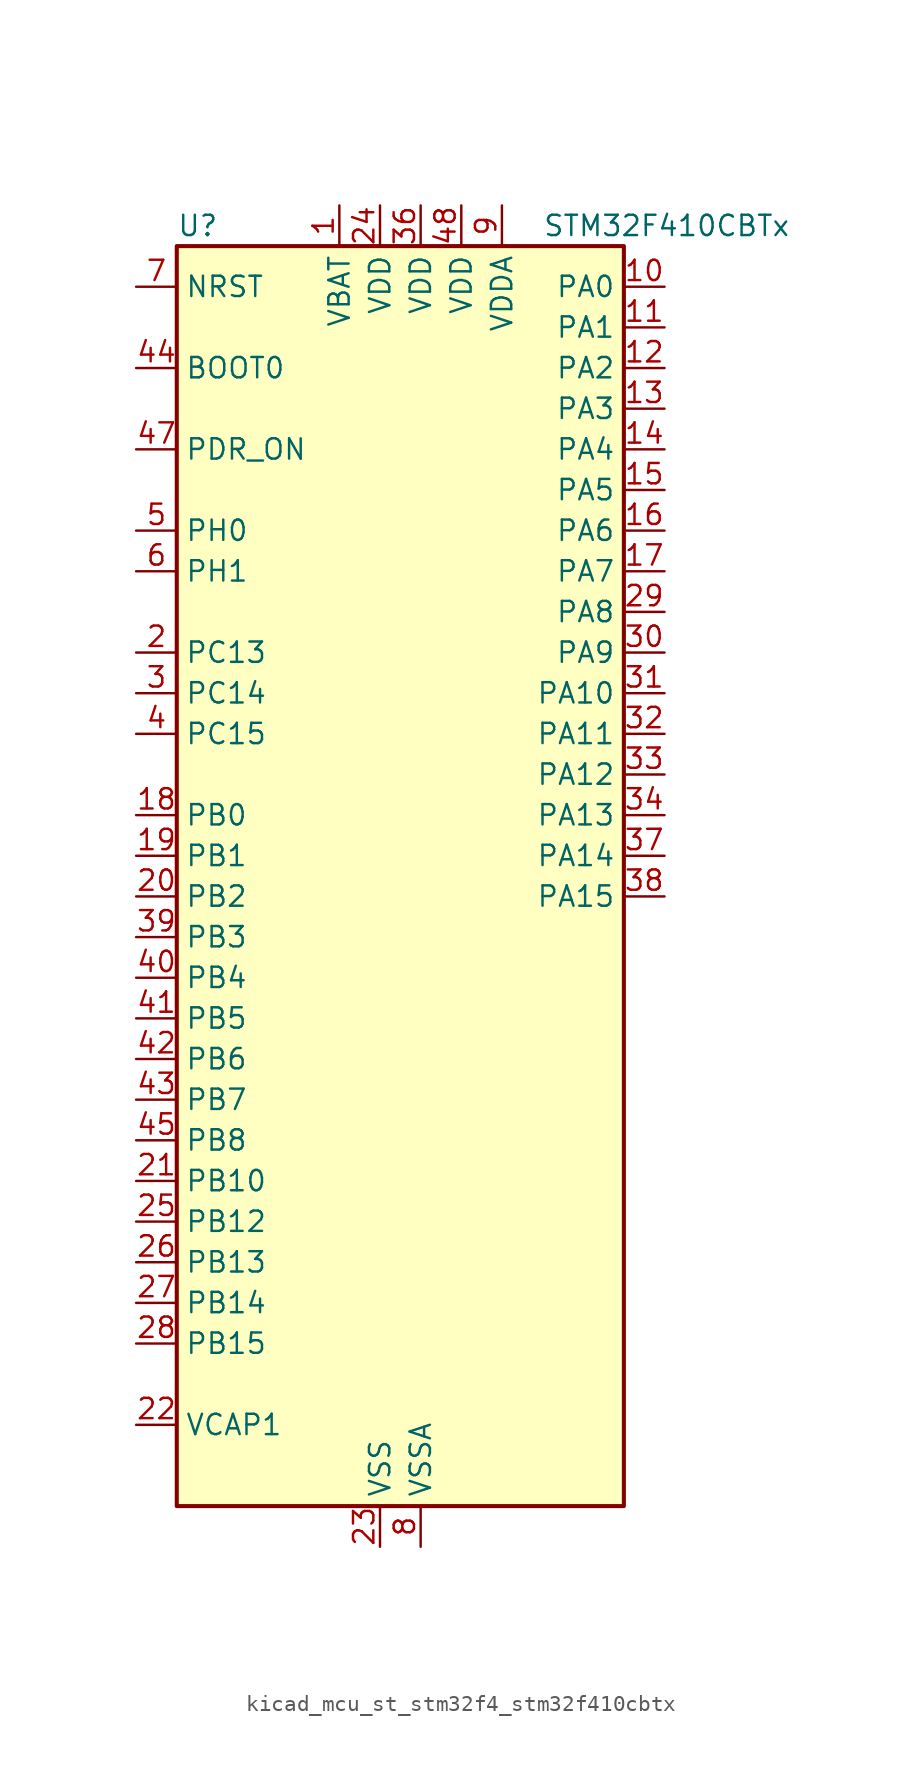
<source format=kicad_sym>
(kicad_symbol_lib
  (version 20220914)
  (generator kicad_symbol_editor)
  (symbol "kicad_mcu_st_stm32f4_stm32f410cbtx"
    (property "Reference" "U"
      (at -12.7 41.91 0)
      (effects (font (size 1.27 1.27)) (justify left)))
    (property "Value" "STM32F410CBTx"
      (at 10.16 41.91 0)
      (effects (font (size 1.27 1.27)) (justify left)))
    (property "ki_locked" ""
      (at 0 0 0)
      (effects (font (size 1.27 1.27))))
    (symbol "kicad_mcu_st_stm32f4_stm32f410cbtx_0_1"
      (rectangle (start -12.7 -38.1) (end 15.24 40.64) (stroke (width 0.254) (type default)) (fill (type background))))
    (symbol "kicad_mcu_st_stm32f4_stm32f410cbtx_1_1"
      (pin power_in line (at -2.54 43.18 270) (length 2.54) (name "VBAT" (effects (font (size 1.27 1.27)))) (number "1" (effects (font (size 1.27 1.27)))))
      (pin bidirectional line (at 17.78 38.1 180) (length 2.54) (name "PA0" (effects (font (size 1.27 1.27)))) (number "10" (effects (font (size 1.27 1.27)))) (alternate "ADC1_IN0" bidirectional line) (alternate "SYS_WKUP1" bidirectional line) (alternate "TIM5_CH1" bidirectional line) (alternate "USART2_CTS" bidirectional line))
      (pin bidirectional line (at 17.78 35.56 180) (length 2.54) (name "PA1" (effects (font (size 1.27 1.27)))) (number "11" (effects (font (size 1.27 1.27)))) (alternate "ADC1_IN1" bidirectional line) (alternate "TIM5_CH2" bidirectional line) (alternate "USART2_RTS" bidirectional line))
      (pin bidirectional line (at 17.78 33.02 180) (length 2.54) (name "PA2" (effects (font (size 1.27 1.27)))) (number "12" (effects (font (size 1.27 1.27)))) (alternate "ADC1_IN2" bidirectional line) (alternate "I2S_CKIN" bidirectional line) (alternate "TIM5_CH3" bidirectional line) (alternate "TIM9_CH1" bidirectional line) (alternate "USART2_TX" bidirectional line))
      (pin bidirectional line (at 17.78 30.48 180) (length 2.54) (name "PA3" (effects (font (size 1.27 1.27)))) (number "13" (effects (font (size 1.27 1.27)))) (alternate "ADC1_IN3" bidirectional line) (alternate "I2S2_MCK" bidirectional line) (alternate "TIM5_CH4" bidirectional line) (alternate "TIM9_CH2" bidirectional line) (alternate "USART2_RX" bidirectional line))
      (pin bidirectional line (at 17.78 27.94 180) (length 2.54) (name "PA4" (effects (font (size 1.27 1.27)))) (number "14" (effects (font (size 1.27 1.27)))) (alternate "ADC1_IN4" bidirectional line) (alternate "I2S1_WS" bidirectional line) (alternate "SPI1_NSS" bidirectional line) (alternate "USART2_CK" bidirectional line))
      (pin bidirectional line (at 17.78 25.4 180) (length 2.54) (name "PA5" (effects (font (size 1.27 1.27)))) (number "15" (effects (font (size 1.27 1.27)))) (alternate "ADC1_IN5" bidirectional line) (alternate "DAC_OUT1" bidirectional line) (alternate "I2S1_CK" bidirectional line) (alternate "SPI1_SCK" bidirectional line))
      (pin bidirectional line (at 17.78 22.86 180) (length 2.54) (name "PA6" (effects (font (size 1.27 1.27)))) (number "16" (effects (font (size 1.27 1.27)))) (alternate "ADC1_IN6" bidirectional line) (alternate "I2S2_MCK" bidirectional line) (alternate "SPI1_MISO" bidirectional line) (alternate "TIM1_BKIN" bidirectional line))
      (pin bidirectional line (at 17.78 20.32 180) (length 2.54) (name "PA7" (effects (font (size 1.27 1.27)))) (number "17" (effects (font (size 1.27 1.27)))) (alternate "ADC1_IN7" bidirectional line) (alternate "I2S1_SD" bidirectional line) (alternate "SPI1_MOSI" bidirectional line) (alternate "TIM1_CH1N" bidirectional line))
      (pin bidirectional line (at -15.24 5.08 0) (length 2.54) (name "PB0" (effects (font (size 1.27 1.27)))) (number "18" (effects (font (size 1.27 1.27)))) (alternate "ADC1_IN8" bidirectional line) (alternate "I2S5_CK" bidirectional line) (alternate "SPI5_SCK" bidirectional line) (alternate "TIM1_CH2N" bidirectional line))
      (pin bidirectional line (at -15.24 2.54 0) (length 2.54) (name "PB1" (effects (font (size 1.27 1.27)))) (number "19" (effects (font (size 1.27 1.27)))) (alternate "ADC1_IN9" bidirectional line) (alternate "I2S5_WS" bidirectional line) (alternate "SPI5_NSS" bidirectional line) (alternate "TIM1_CH3N" bidirectional line))
      (pin bidirectional line (at -15.24 15.24 0) (length 2.54) (name "PC13" (effects (font (size 1.27 1.27)))) (number "2" (effects (font (size 1.27 1.27)))) (alternate "RTC_AF1" bidirectional line))
      (pin bidirectional line (at -15.24 0 0) (length 2.54) (name "PB2" (effects (font (size 1.27 1.27)))) (number "20" (effects (font (size 1.27 1.27)))) (alternate "LPTIM1_OUT" bidirectional line))
      (pin bidirectional line (at -15.24 -17.78 0) (length 2.54) (name "PB10" (effects (font (size 1.27 1.27)))) (number "21" (effects (font (size 1.27 1.27)))) (alternate "FMPI2C1_SCL" bidirectional line) (alternate "I2C2_SCL" bidirectional line) (alternate "I2S1_MCK" bidirectional line) (alternate "I2S2_CK" bidirectional line) (alternate "SPI2_SCK" bidirectional line))
      (pin power_out line (at -15.24 -33.02 0) (length 2.54) (name "VCAP1" (effects (font (size 1.27 1.27)))) (number "22" (effects (font (size 1.27 1.27)))))
      (pin power_in line (at 0 -40.64 90) (length 2.54) (name "VSS" (effects (font (size 1.27 1.27)))) (number "23" (effects (font (size 1.27 1.27)))))
      (pin power_in line (at 0 43.18 270) (length 2.54) (name "VDD" (effects (font (size 1.27 1.27)))) (number "24" (effects (font (size 1.27 1.27)))))
      (pin bidirectional line (at -15.24 -20.32 0) (length 2.54) (name "PB12" (effects (font (size 1.27 1.27)))) (number "25" (effects (font (size 1.27 1.27)))) (alternate "I2C2_SMBA" bidirectional line) (alternate "I2S2_WS" bidirectional line) (alternate "SPI2_NSS" bidirectional line) (alternate "TIM1_BKIN" bidirectional line) (alternate "TIM5_CH1" bidirectional line))
      (pin bidirectional line (at -15.24 -22.86 0) (length 2.54) (name "PB13" (effects (font (size 1.27 1.27)))) (number "26" (effects (font (size 1.27 1.27)))) (alternate "FMPI2C1_SMBA" bidirectional line) (alternate "I2S2_CK" bidirectional line) (alternate "SPI2_SCK" bidirectional line) (alternate "TIM1_CH1N" bidirectional line))
      (pin bidirectional line (at -15.24 -25.4 0) (length 2.54) (name "PB14" (effects (font (size 1.27 1.27)))) (number "27" (effects (font (size 1.27 1.27)))) (alternate "FMPI2C1_SDA" bidirectional line) (alternate "SPI2_MISO" bidirectional line) (alternate "TIM1_CH2N" bidirectional line))
      (pin bidirectional line (at -15.24 -27.94 0) (length 2.54) (name "PB15" (effects (font (size 1.27 1.27)))) (number "28" (effects (font (size 1.27 1.27)))) (alternate "ADC1_EXTI15" bidirectional line) (alternate "FMPI2C1_SCL" bidirectional line) (alternate "I2S2_SD" bidirectional line) (alternate "RTC_REFIN" bidirectional line) (alternate "SPI2_MOSI" bidirectional line) (alternate "TIM1_CH3N" bidirectional line))
      (pin bidirectional line (at 17.78 17.78 180) (length 2.54) (name "PA8" (effects (font (size 1.27 1.27)))) (number "29" (effects (font (size 1.27 1.27)))) (alternate "FMPI2C1_SCL" bidirectional line) (alternate "RCC_MCO_1" bidirectional line) (alternate "TIM1_CH1" bidirectional line) (alternate "USART1_CK" bidirectional line))
      (pin bidirectional line (at -15.24 12.7 0) (length 2.54) (name "PC14" (effects (font (size 1.27 1.27)))) (number "3" (effects (font (size 1.27 1.27)))) (alternate "RCC_OSC32_IN" bidirectional line))
      (pin bidirectional line (at 17.78 15.24 180) (length 2.54) (name "PA9" (effects (font (size 1.27 1.27)))) (number "30" (effects (font (size 1.27 1.27)))) (alternate "DAC_EXTI9" bidirectional line) (alternate "TIM1_CH2" bidirectional line) (alternate "USART1_TX" bidirectional line))
      (pin bidirectional line (at 17.78 12.7 180) (length 2.54) (name "PA10" (effects (font (size 1.27 1.27)))) (number "31" (effects (font (size 1.27 1.27)))) (alternate "I2S5_SD" bidirectional line) (alternate "SPI5_MOSI" bidirectional line) (alternate "TIM1_CH3" bidirectional line) (alternate "USART1_RX" bidirectional line))
      (pin bidirectional line (at 17.78 10.16 180) (length 2.54) (name "PA11" (effects (font (size 1.27 1.27)))) (number "32" (effects (font (size 1.27 1.27)))) (alternate "ADC1_EXTI11" bidirectional line) (alternate "TIM1_CH4" bidirectional line) (alternate "USART1_CTS" bidirectional line) (alternate "USART6_TX" bidirectional line))
      (pin bidirectional line (at 17.78 7.62 180) (length 2.54) (name "PA12" (effects (font (size 1.27 1.27)))) (number "33" (effects (font (size 1.27 1.27)))) (alternate "SPI5_MISO" bidirectional line) (alternate "TIM1_ETR" bidirectional line) (alternate "USART1_RTS" bidirectional line) (alternate "USART6_RX" bidirectional line))
      (pin bidirectional line (at 17.78 5.08 180) (length 2.54) (name "PA13" (effects (font (size 1.27 1.27)))) (number "34" (effects (font (size 1.27 1.27)))) (alternate "SYS_JTMS-SWDIO" bidirectional line))
      (pin passive line (at 0 -40.64 90) (length 2.54) hide (name "VSS" (effects (font (size 1.27 1.27)))) (number "35" (effects (font (size 1.27 1.27)))))
      (pin power_in line (at 2.54 43.18 270) (length 2.54) (name "VDD" (effects (font (size 1.27 1.27)))) (number "36" (effects (font (size 1.27 1.27)))))
      (pin bidirectional line (at 17.78 2.54 180) (length 2.54) (name "PA14" (effects (font (size 1.27 1.27)))) (number "37" (effects (font (size 1.27 1.27)))) (alternate "SYS_JTCK-SWCLK" bidirectional line))
      (pin bidirectional line (at 17.78 0 180) (length 2.54) (name "PA15" (effects (font (size 1.27 1.27)))) (number "38" (effects (font (size 1.27 1.27)))) (alternate "ADC1_EXTI15" bidirectional line) (alternate "I2S1_WS" bidirectional line) (alternate "SPI1_NSS" bidirectional line) (alternate "SYS_JTDI" bidirectional line) (alternate "USART1_TX" bidirectional line))
      (pin bidirectional line (at -15.24 -2.54 0) (length 2.54) (name "PB3" (effects (font (size 1.27 1.27)))) (number "39" (effects (font (size 1.27 1.27)))) (alternate "FMPI2C1_SDA" bidirectional line) (alternate "I2C2_SDA" bidirectional line) (alternate "I2S1_CK" bidirectional line) (alternate "SPI1_SCK" bidirectional line) (alternate "SYS_JTDO-SWO" bidirectional line) (alternate "USART1_RX" bidirectional line))
      (pin bidirectional line (at -15.24 10.16 0) (length 2.54) (name "PC15" (effects (font (size 1.27 1.27)))) (number "4" (effects (font (size 1.27 1.27)))) (alternate "ADC1_EXTI15" bidirectional line) (alternate "RCC_OSC32_OUT" bidirectional line))
      (pin bidirectional line (at -15.24 -5.08 0) (length 2.54) (name "PB4" (effects (font (size 1.27 1.27)))) (number "40" (effects (font (size 1.27 1.27)))) (alternate "SPI1_MISO" bidirectional line) (alternate "SYS_JTRST" bidirectional line))
      (pin bidirectional line (at -15.24 -7.62 0) (length 2.54) (name "PB5" (effects (font (size 1.27 1.27)))) (number "41" (effects (font (size 1.27 1.27)))) (alternate "I2C1_SMBA" bidirectional line) (alternate "I2S1_SD" bidirectional line) (alternate "LPTIM1_IN1" bidirectional line) (alternate "SPI1_MOSI" bidirectional line))
      (pin bidirectional line (at -15.24 -10.16 0) (length 2.54) (name "PB6" (effects (font (size 1.27 1.27)))) (number "42" (effects (font (size 1.27 1.27)))) (alternate "I2C1_SCL" bidirectional line) (alternate "LPTIM1_ETR" bidirectional line) (alternate "USART1_TX" bidirectional line))
      (pin bidirectional line (at -15.24 -12.7 0) (length 2.54) (name "PB7" (effects (font (size 1.27 1.27)))) (number "43" (effects (font (size 1.27 1.27)))) (alternate "I2C1_SDA" bidirectional line) (alternate "LPTIM1_IN2" bidirectional line) (alternate "USART1_RX" bidirectional line))
      (pin input line (at -15.24 33.02 0) (length 2.54) (name "BOOT0" (effects (font (size 1.27 1.27)))) (number "44" (effects (font (size 1.27 1.27)))))
      (pin bidirectional line (at -15.24 -15.24 0) (length 2.54) (name "PB8" (effects (font (size 1.27 1.27)))) (number "45" (effects (font (size 1.27 1.27)))) (alternate "I2C1_SCL" bidirectional line) (alternate "I2S5_SD" bidirectional line) (alternate "LPTIM1_OUT" bidirectional line) (alternate "SPI5_MOSI" bidirectional line))
      (pin passive line (at 0 -40.64 90) (length 2.54) hide (name "VSS" (effects (font (size 1.27 1.27)))) (number "46" (effects (font (size 1.27 1.27)))))
      (pin input line (at -15.24 27.94 0) (length 2.54) (name "PDR_ON" (effects (font (size 1.27 1.27)))) (number "47" (effects (font (size 1.27 1.27)))))
      (pin power_in line (at 5.08 43.18 270) (length 2.54) (name "VDD" (effects (font (size 1.27 1.27)))) (number "48" (effects (font (size 1.27 1.27)))))
      (pin bidirectional line (at -15.24 22.86 0) (length 2.54) (name "PH0" (effects (font (size 1.27 1.27)))) (number "5" (effects (font (size 1.27 1.27)))) (alternate "RCC_OSC_IN" bidirectional line))
      (pin bidirectional line (at -15.24 20.32 0) (length 2.54) (name "PH1" (effects (font (size 1.27 1.27)))) (number "6" (effects (font (size 1.27 1.27)))) (alternate "RCC_OSC_OUT" bidirectional line))
      (pin input line (at -15.24 38.1 0) (length 2.54) (name "NRST" (effects (font (size 1.27 1.27)))) (number "7" (effects (font (size 1.27 1.27)))))
      (pin power_in line (at 2.54 -40.64 90) (length 2.54) (name "VSSA" (effects (font (size 1.27 1.27)))) (number "8" (effects (font (size 1.27 1.27)))))
      (pin power_in line (at 7.62 43.18 270) (length 2.54) (name "VDDA" (effects (font (size 1.27 1.27)))) (number "9" (effects (font (size 1.27 1.27))))))))
</source>
